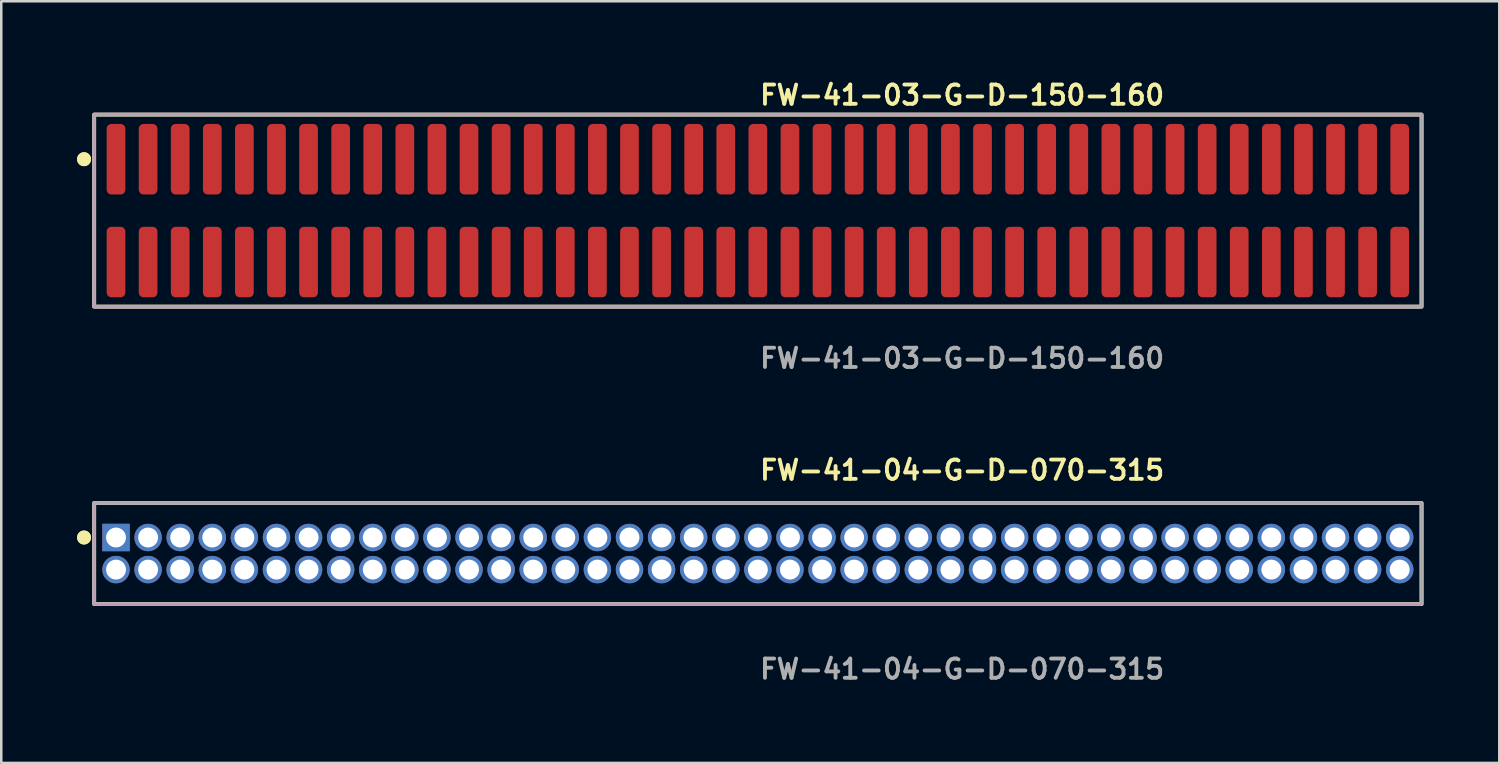
<source format=kicad_pcb>
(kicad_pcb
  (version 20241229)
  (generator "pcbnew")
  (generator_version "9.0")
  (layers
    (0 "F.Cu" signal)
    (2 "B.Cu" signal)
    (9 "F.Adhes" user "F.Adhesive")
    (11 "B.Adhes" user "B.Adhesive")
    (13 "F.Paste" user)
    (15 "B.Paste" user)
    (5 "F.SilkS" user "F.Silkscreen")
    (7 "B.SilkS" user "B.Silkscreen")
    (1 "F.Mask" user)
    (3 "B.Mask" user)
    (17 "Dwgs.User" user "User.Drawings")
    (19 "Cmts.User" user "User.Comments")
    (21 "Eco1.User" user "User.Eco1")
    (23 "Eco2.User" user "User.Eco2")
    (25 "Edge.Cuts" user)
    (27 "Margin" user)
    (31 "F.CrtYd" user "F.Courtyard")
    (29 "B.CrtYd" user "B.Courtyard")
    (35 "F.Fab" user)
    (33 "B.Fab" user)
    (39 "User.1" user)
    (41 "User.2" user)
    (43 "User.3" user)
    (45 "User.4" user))
  (footprint "FW-41-04-G-D-070-315"
    (layer "F.Cu")
    (at 26.941 18.856)
    (property "Reference" "FW-41-04-G-D-070-315" (at 0 -3.302 0) (unlocked yes) (layer "F.SilkS") (effects (font (size 0.762 0.762) (thickness 0.152)) (justify left)))
    (fp_rect (start -26.265 2) (end 26.265 -2) (stroke (width 0.152) (type solid)) (fill no) (layer "F.SilkS"))
    (fp_circle (center -26.665 -0.635) (end -26.865 -0.635) (stroke (width 0.152) (type solid)) (fill yes) (layer "F.SilkS"))
    (fp_circle (center -26.665 -0.635) (end -26.865 -0.635) (stroke (width 0.152) (type solid)) (fill yes) (layer "F.SilkS"))
    (fp_rect (start -26.265 2) (end 26.265 -2) (stroke (width 0.006) (type solid)) (fill no) (layer "F.CrtYd"))
    (fp_rect (start -26.265 2) (end 26.265 -2) (stroke (width 0.152) (type solid)) (fill no) (layer "F.Fab"))
    (fp_text user "${REFERENCE}" (at 0 4.572 0) (unlocked yes) (layer "F.Fab") (effects (font (size 0.762 0.762) (thickness 0.152)) (justify left)))
    (pad "1" thru_hole rect (at -25.4 -0.635) (size 1.087 1.087) (drill 0.787) (layers "*.Cu" "*.Mask"))
    (pad "2" thru_hole circle (at -25.4 0.635) (size 1.087 1.087) (drill 0.787) (layers "*.Cu" "*.Mask"))
    (pad "3" thru_hole circle (at -24.13 -0.635) (size 1.087 1.087) (drill 0.787) (layers "*.Cu" "*.Mask"))
    (pad "4" thru_hole circle (at -24.13 0.635) (size 1.087 1.087) (drill 0.787) (layers "*.Cu" "*.Mask"))
    (pad "5" thru_hole circle (at -22.86 -0.635) (size 1.087 1.087) (drill 0.787) (layers "*.Cu" "*.Mask"))
    (pad "6" thru_hole circle (at -22.86 0.635) (size 1.087 1.087) (drill 0.787) (layers "*.Cu" "*.Mask"))
    (pad "7" thru_hole circle (at -21.59 -0.635) (size 1.087 1.087) (drill 0.787) (layers "*.Cu" "*.Mask"))
    (pad "8" thru_hole circle (at -21.59 0.635) (size 1.087 1.087) (drill 0.787) (layers "*.Cu" "*.Mask"))
    (pad "9" thru_hole circle (at -20.32 -0.635) (size 1.087 1.087) (drill 0.787) (layers "*.Cu" "*.Mask"))
    (pad "10" thru_hole circle (at -20.32 0.635) (size 1.087 1.087) (drill 0.787) (layers "*.Cu" "*.Mask"))
    (pad "11" thru_hole circle (at -19.05 -0.635) (size 1.087 1.087) (drill 0.787) (layers "*.Cu" "*.Mask"))
    (pad "12" thru_hole circle (at -19.05 0.635) (size 1.087 1.087) (drill 0.787) (layers "*.Cu" "*.Mask"))
    (pad "13" thru_hole circle (at -17.78 -0.635) (size 1.087 1.087) (drill 0.787) (layers "*.Cu" "*.Mask"))
    (pad "14" thru_hole circle (at -17.78 0.635) (size 1.087 1.087) (drill 0.787) (layers "*.Cu" "*.Mask"))
    (pad "15" thru_hole circle (at -16.51 -0.635) (size 1.087 1.087) (drill 0.787) (layers "*.Cu" "*.Mask"))
    (pad "16" thru_hole circle (at -16.51 0.635) (size 1.087 1.087) (drill 0.787) (layers "*.Cu" "*.Mask"))
    (pad "17" thru_hole circle (at -15.24 -0.635) (size 1.087 1.087) (drill 0.787) (layers "*.Cu" "*.Mask"))
    (pad "18" thru_hole circle (at -15.24 0.635) (size 1.087 1.087) (drill 0.787) (layers "*.Cu" "*.Mask"))
    (pad "19" thru_hole circle (at -13.97 -0.635) (size 1.087 1.087) (drill 0.787) (layers "*.Cu" "*.Mask"))
    (pad "20" thru_hole circle (at -13.97 0.635) (size 1.087 1.087) (drill 0.787) (layers "*.Cu" "*.Mask"))
    (pad "21" thru_hole circle (at -12.7 -0.635) (size 1.087 1.087) (drill 0.787) (layers "*.Cu" "*.Mask"))
    (pad "22" thru_hole circle (at -12.7 0.635) (size 1.087 1.087) (drill 0.787) (layers "*.Cu" "*.Mask"))
    (pad "23" thru_hole circle (at -11.43 -0.635) (size 1.087 1.087) (drill 0.787) (layers "*.Cu" "*.Mask"))
    (pad "24" thru_hole circle (at -11.43 0.635) (size 1.087 1.087) (drill 0.787) (layers "*.Cu" "*.Mask"))
    (pad "25" thru_hole circle (at -10.16 -0.635) (size 1.087 1.087) (drill 0.787) (layers "*.Cu" "*.Mask"))
    (pad "26" thru_hole circle (at -10.16 0.635) (size 1.087 1.087) (drill 0.787) (layers "*.Cu" "*.Mask"))
    (pad "27" thru_hole circle (at -8.89 -0.635) (size 1.087 1.087) (drill 0.787) (layers "*.Cu" "*.Mask"))
    (pad "28" thru_hole circle (at -8.89 0.635) (size 1.087 1.087) (drill 0.787) (layers "*.Cu" "*.Mask"))
    (pad "29" thru_hole circle (at -7.62 -0.635) (size 1.087 1.087) (drill 0.787) (layers "*.Cu" "*.Mask"))
    (pad "30" thru_hole circle (at -7.62 0.635) (size 1.087 1.087) (drill 0.787) (layers "*.Cu" "*.Mask"))
    (pad "31" thru_hole circle (at -6.35 -0.635) (size 1.087 1.087) (drill 0.787) (layers "*.Cu" "*.Mask"))
    (pad "32" thru_hole circle (at -6.35 0.635) (size 1.087 1.087) (drill 0.787) (layers "*.Cu" "*.Mask"))
    (pad "33" thru_hole circle (at -5.08 -0.635) (size 1.087 1.087) (drill 0.787) (layers "*.Cu" "*.Mask"))
    (pad "34" thru_hole circle (at -5.08 0.635) (size 1.087 1.087) (drill 0.787) (layers "*.Cu" "*.Mask"))
    (pad "35" thru_hole circle (at -3.81 -0.635) (size 1.087 1.087) (drill 0.787) (layers "*.Cu" "*.Mask"))
    (pad "36" thru_hole circle (at -3.81 0.635) (size 1.087 1.087) (drill 0.787) (layers "*.Cu" "*.Mask"))
    (pad "37" thru_hole circle (at -2.54 -0.635) (size 1.087 1.087) (drill 0.787) (layers "*.Cu" "*.Mask"))
    (pad "38" thru_hole circle (at -2.54 0.635) (size 1.087 1.087) (drill 0.787) (layers "*.Cu" "*.Mask"))
    (pad "39" thru_hole circle (at -1.27 -0.635) (size 1.087 1.087) (drill 0.787) (layers "*.Cu" "*.Mask"))
    (pad "40" thru_hole circle (at -1.27 0.635) (size 1.087 1.087) (drill 0.787) (layers "*.Cu" "*.Mask"))
    (pad "41" thru_hole circle (at 0 -0.635) (size 1.087 1.087) (drill 0.787) (layers "*.Cu" "*.Mask"))
    (pad "42" thru_hole circle (at 0 0.635) (size 1.087 1.087) (drill 0.787) (layers "*.Cu" "*.Mask"))
    (pad "43" thru_hole circle (at 1.27 -0.635) (size 1.087 1.087) (drill 0.787) (layers "*.Cu" "*.Mask"))
    (pad "44" thru_hole circle (at 1.27 0.635) (size 1.087 1.087) (drill 0.787) (layers "*.Cu" "*.Mask"))
    (pad "45" thru_hole circle (at 2.54 -0.635) (size 1.087 1.087) (drill 0.787) (layers "*.Cu" "*.Mask"))
    (pad "46" thru_hole circle (at 2.54 0.635) (size 1.087 1.087) (drill 0.787) (layers "*.Cu" "*.Mask"))
    (pad "47" thru_hole circle (at 3.81 -0.635) (size 1.087 1.087) (drill 0.787) (layers "*.Cu" "*.Mask"))
    (pad "48" thru_hole circle (at 3.81 0.635) (size 1.087 1.087) (drill 0.787) (layers "*.Cu" "*.Mask"))
    (pad "49" thru_hole circle (at 5.08 -0.635) (size 1.087 1.087) (drill 0.787) (layers "*.Cu" "*.Mask"))
    (pad "50" thru_hole circle (at 5.08 0.635) (size 1.087 1.087) (drill 0.787) (layers "*.Cu" "*.Mask"))
    (pad "51" thru_hole circle (at 6.35 -0.635) (size 1.087 1.087) (drill 0.787) (layers "*.Cu" "*.Mask"))
    (pad "52" thru_hole circle (at 6.35 0.635) (size 1.087 1.087) (drill 0.787) (layers "*.Cu" "*.Mask"))
    (pad "53" thru_hole circle (at 7.62 -0.635) (size 1.087 1.087) (drill 0.787) (layers "*.Cu" "*.Mask"))
    (pad "54" thru_hole circle (at 7.62 0.635) (size 1.087 1.087) (drill 0.787) (layers "*.Cu" "*.Mask"))
    (pad "55" thru_hole circle (at 8.89 -0.635) (size 1.087 1.087) (drill 0.787) (layers "*.Cu" "*.Mask"))
    (pad "56" thru_hole circle (at 8.89 0.635) (size 1.087 1.087) (drill 0.787) (layers "*.Cu" "*.Mask"))
    (pad "57" thru_hole circle (at 10.16 -0.635) (size 1.087 1.087) (drill 0.787) (layers "*.Cu" "*.Mask"))
    (pad "58" thru_hole circle (at 10.16 0.635) (size 1.087 1.087) (drill 0.787) (layers "*.Cu" "*.Mask"))
    (pad "59" thru_hole circle (at 11.43 -0.635) (size 1.087 1.087) (drill 0.787) (layers "*.Cu" "*.Mask"))
    (pad "60" thru_hole circle (at 11.43 0.635) (size 1.087 1.087) (drill 0.787) (layers "*.Cu" "*.Mask"))
    (pad "61" thru_hole circle (at 12.7 -0.635) (size 1.087 1.087) (drill 0.787) (layers "*.Cu" "*.Mask"))
    (pad "62" thru_hole circle (at 12.7 0.635) (size 1.087 1.087) (drill 0.787) (layers "*.Cu" "*.Mask"))
    (pad "63" thru_hole circle (at 13.97 -0.635) (size 1.087 1.087) (drill 0.787) (layers "*.Cu" "*.Mask"))
    (pad "64" thru_hole circle (at 13.97 0.635) (size 1.087 1.087) (drill 0.787) (layers "*.Cu" "*.Mask"))
    (pad "65" thru_hole circle (at 15.24 -0.635) (size 1.087 1.087) (drill 0.787) (layers "*.Cu" "*.Mask"))
    (pad "66" thru_hole circle (at 15.24 0.635) (size 1.087 1.087) (drill 0.787) (layers "*.Cu" "*.Mask"))
    (pad "67" thru_hole circle (at 16.51 -0.635) (size 1.087 1.087) (drill 0.787) (layers "*.Cu" "*.Mask"))
    (pad "68" thru_hole circle (at 16.51 0.635) (size 1.087 1.087) (drill 0.787) (layers "*.Cu" "*.Mask"))
    (pad "69" thru_hole circle (at 17.78 -0.635) (size 1.087 1.087) (drill 0.787) (layers "*.Cu" "*.Mask"))
    (pad "70" thru_hole circle (at 17.78 0.635) (size 1.087 1.087) (drill 0.787) (layers "*.Cu" "*.Mask"))
    (pad "71" thru_hole circle (at 19.05 -0.635) (size 1.087 1.087) (drill 0.787) (layers "*.Cu" "*.Mask"))
    (pad "72" thru_hole circle (at 19.05 0.635) (size 1.087 1.087) (drill 0.787) (layers "*.Cu" "*.Mask"))
    (pad "73" thru_hole circle (at 20.32 -0.635) (size 1.087 1.087) (drill 0.787) (layers "*.Cu" "*.Mask"))
    (pad "74" thru_hole circle (at 20.32 0.635) (size 1.087 1.087) (drill 0.787) (layers "*.Cu" "*.Mask"))
    (pad "75" thru_hole circle (at 21.59 -0.635) (size 1.087 1.087) (drill 0.787) (layers "*.Cu" "*.Mask"))
    (pad "76" thru_hole circle (at 21.59 0.635) (size 1.087 1.087) (drill 0.787) (layers "*.Cu" "*.Mask"))
    (pad "77" thru_hole circle (at 22.86 -0.635) (size 1.087 1.087) (drill 0.787) (layers "*.Cu" "*.Mask"))
    (pad "78" thru_hole circle (at 22.86 0.635) (size 1.087 1.087) (drill 0.787) (layers "*.Cu" "*.Mask"))
    (pad "79" thru_hole circle (at 24.13 -0.635) (size 1.087 1.087) (drill 0.787) (layers "*.Cu" "*.Mask"))
    (pad "80" thru_hole circle (at 24.13 0.635) (size 1.087 1.087) (drill 0.787) (layers "*.Cu" "*.Mask"))
    (pad "81" thru_hole circle (at 25.4 -0.635) (size 1.087 1.087) (drill 0.787) (layers "*.Cu" "*.Mask"))
    (pad "82" thru_hole circle (at 25.4 0.635) (size 1.087 1.087) (drill 0.787) (layers "*.Cu" "*.Mask")))
  (footprint "FW-41-03-G-D-150-160"
    (layer "F.Cu")
    (at 26.941 5.285)
    (property "Reference" "FW-41-03-G-D-150-160" (at 0 -4.572 0) (unlocked yes) (layer "F.SilkS") (effects (font (size 0.762 0.762) (thickness 0.152)) (justify left)))
    (fp_rect (start -26.265 3.8) (end 26.265 -3.8) (stroke (width 0.152) (type solid)) (fill no) (layer "F.SilkS"))
    (fp_circle (center -26.665 -2.035) (end -26.865 -2.035) (stroke (width 0.152) (type solid)) (fill yes) (layer "F.SilkS"))
    (fp_circle (center -26.665 -2.035) (end -26.865 -2.035) (stroke (width 0.152) (type solid)) (fill yes) (layer "F.SilkS"))
    (fp_rect (start -26.265 3.8) (end 26.265 -3.8) (stroke (width 0.006) (type solid)) (fill no) (layer "F.CrtYd"))
    (fp_rect (start -26.265 3.8) (end 26.265 -3.8) (stroke (width 0.152) (type solid)) (fill no) (layer "F.Fab"))
    (fp_text user "${REFERENCE}" (at 0 5.842 0) (unlocked yes) (layer "F.Fab") (effects (font (size 0.762 0.762) (thickness 0.152)) (justify left)))
    (pad "1" smd roundrect (at -25.4 -2.035) (size 0.74 2.79) (layers "F.Cu" "F.Paste") (roundrect_rratio 0.25))
    (pad "2" smd roundrect (at -25.4 2.035) (size 0.74 2.79) (layers "F.Cu" "F.Paste") (roundrect_rratio 0.25))
    (pad "3" smd roundrect (at -24.13 -2.035) (size 0.74 2.79) (layers "F.Cu" "F.Paste") (roundrect_rratio 0.25))
    (pad "4" smd roundrect (at -24.13 2.035) (size 0.74 2.79) (layers "F.Cu" "F.Paste") (roundrect_rratio 0.25))
    (pad "5" smd roundrect (at -22.86 -2.035) (size 0.74 2.79) (layers "F.Cu" "F.Paste") (roundrect_rratio 0.25))
    (pad "6" smd roundrect (at -22.86 2.035) (size 0.74 2.79) (layers "F.Cu" "F.Paste") (roundrect_rratio 0.25))
    (pad "7" smd roundrect (at -21.59 -2.035) (size 0.74 2.79) (layers "F.Cu" "F.Paste") (roundrect_rratio 0.25))
    (pad "8" smd roundrect (at -21.59 2.035) (size 0.74 2.79) (layers "F.Cu" "F.Paste") (roundrect_rratio 0.25))
    (pad "9" smd roundrect (at -20.32 -2.035) (size 0.74 2.79) (layers "F.Cu" "F.Paste") (roundrect_rratio 0.25))
    (pad "10" smd roundrect (at -20.32 2.035) (size 0.74 2.79) (layers "F.Cu" "F.Paste") (roundrect_rratio 0.25))
    (pad "11" smd roundrect (at -19.05 -2.035) (size 0.74 2.79) (layers "F.Cu" "F.Paste") (roundrect_rratio 0.25))
    (pad "12" smd roundrect (at -19.05 2.035) (size 0.74 2.79) (layers "F.Cu" "F.Paste") (roundrect_rratio 0.25))
    (pad "13" smd roundrect (at -17.78 -2.035) (size 0.74 2.79) (layers "F.Cu" "F.Paste") (roundrect_rratio 0.25))
    (pad "14" smd roundrect (at -17.78 2.035) (size 0.74 2.79) (layers "F.Cu" "F.Paste") (roundrect_rratio 0.25))
    (pad "15" smd roundrect (at -16.51 -2.035) (size 0.74 2.79) (layers "F.Cu" "F.Paste") (roundrect_rratio 0.25))
    (pad "16" smd roundrect (at -16.51 2.035) (size 0.74 2.79) (layers "F.Cu" "F.Paste") (roundrect_rratio 0.25))
    (pad "17" smd roundrect (at -15.24 -2.035) (size 0.74 2.79) (layers "F.Cu" "F.Paste") (roundrect_rratio 0.25))
    (pad "18" smd roundrect (at -15.24 2.035) (size 0.74 2.79) (layers "F.Cu" "F.Paste") (roundrect_rratio 0.25))
    (pad "19" smd roundrect (at -13.97 -2.035) (size 0.74 2.79) (layers "F.Cu" "F.Paste") (roundrect_rratio 0.25))
    (pad "20" smd roundrect (at -13.97 2.035) (size 0.74 2.79) (layers "F.Cu" "F.Paste") (roundrect_rratio 0.25))
    (pad "21" smd roundrect (at -12.7 -2.035) (size 0.74 2.79) (layers "F.Cu" "F.Paste") (roundrect_rratio 0.25))
    (pad "22" smd roundrect (at -12.7 2.035) (size 0.74 2.79) (layers "F.Cu" "F.Paste") (roundrect_rratio 0.25))
    (pad "23" smd roundrect (at -11.43 -2.035) (size 0.74 2.79) (layers "F.Cu" "F.Paste") (roundrect_rratio 0.25))
    (pad "24" smd roundrect (at -11.43 2.035) (size 0.74 2.79) (layers "F.Cu" "F.Paste") (roundrect_rratio 0.25))
    (pad "25" smd roundrect (at -10.16 -2.035) (size 0.74 2.79) (layers "F.Cu" "F.Paste") (roundrect_rratio 0.25))
    (pad "26" smd roundrect (at -10.16 2.035) (size 0.74 2.79) (layers "F.Cu" "F.Paste") (roundrect_rratio 0.25))
    (pad "27" smd roundrect (at -8.89 -2.035) (size 0.74 2.79) (layers "F.Cu" "F.Paste") (roundrect_rratio 0.25))
    (pad "28" smd roundrect (at -8.89 2.035) (size 0.74 2.79) (layers "F.Cu" "F.Paste") (roundrect_rratio 0.25))
    (pad "29" smd roundrect (at -7.62 -2.035) (size 0.74 2.79) (layers "F.Cu" "F.Paste") (roundrect_rratio 0.25))
    (pad "30" smd roundrect (at -7.62 2.035) (size 0.74 2.79) (layers "F.Cu" "F.Paste") (roundrect_rratio 0.25))
    (pad "31" smd roundrect (at -6.35 -2.035) (size 0.74 2.79) (layers "F.Cu" "F.Paste") (roundrect_rratio 0.25))
    (pad "32" smd roundrect (at -6.35 2.035) (size 0.74 2.79) (layers "F.Cu" "F.Paste") (roundrect_rratio 0.25))
    (pad "33" smd roundrect (at -5.08 -2.035) (size 0.74 2.79) (layers "F.Cu" "F.Paste") (roundrect_rratio 0.25))
    (pad "34" smd roundrect (at -5.08 2.035) (size 0.74 2.79) (layers "F.Cu" "F.Paste") (roundrect_rratio 0.25))
    (pad "35" smd roundrect (at -3.81 -2.035) (size 0.74 2.79) (layers "F.Cu" "F.Paste") (roundrect_rratio 0.25))
    (pad "36" smd roundrect (at -3.81 2.035) (size 0.74 2.79) (layers "F.Cu" "F.Paste") (roundrect_rratio 0.25))
    (pad "37" smd roundrect (at -2.54 -2.035) (size 0.74 2.79) (layers "F.Cu" "F.Paste") (roundrect_rratio 0.25))
    (pad "38" smd roundrect (at -2.54 2.035) (size 0.74 2.79) (layers "F.Cu" "F.Paste") (roundrect_rratio 0.25))
    (pad "39" smd roundrect (at -1.27 -2.035) (size 0.74 2.79) (layers "F.Cu" "F.Paste") (roundrect_rratio 0.25))
    (pad "40" smd roundrect (at -1.27 2.035) (size 0.74 2.79) (layers "F.Cu" "F.Paste") (roundrect_rratio 0.25))
    (pad "41" smd roundrect (at 0 -2.035) (size 0.74 2.79) (layers "F.Cu" "F.Paste") (roundrect_rratio 0.25))
    (pad "42" smd roundrect (at 0 2.035) (size 0.74 2.79) (layers "F.Cu" "F.Paste") (roundrect_rratio 0.25))
    (pad "43" smd roundrect (at 1.27 -2.035) (size 0.74 2.79) (layers "F.Cu" "F.Paste") (roundrect_rratio 0.25))
    (pad "44" smd roundrect (at 1.27 2.035) (size 0.74 2.79) (layers "F.Cu" "F.Paste") (roundrect_rratio 0.25))
    (pad "45" smd roundrect (at 2.54 -2.035) (size 0.74 2.79) (layers "F.Cu" "F.Paste") (roundrect_rratio 0.25))
    (pad "46" smd roundrect (at 2.54 2.035) (size 0.74 2.79) (layers "F.Cu" "F.Paste") (roundrect_rratio 0.25))
    (pad "47" smd roundrect (at 3.81 -2.035) (size 0.74 2.79) (layers "F.Cu" "F.Paste") (roundrect_rratio 0.25))
    (pad "48" smd roundrect (at 3.81 2.035) (size 0.74 2.79) (layers "F.Cu" "F.Paste") (roundrect_rratio 0.25))
    (pad "49" smd roundrect (at 5.08 -2.035) (size 0.74 2.79) (layers "F.Cu" "F.Paste") (roundrect_rratio 0.25))
    (pad "50" smd roundrect (at 5.08 2.035) (size 0.74 2.79) (layers "F.Cu" "F.Paste") (roundrect_rratio 0.25))
    (pad "51" smd roundrect (at 6.35 -2.035) (size 0.74 2.79) (layers "F.Cu" "F.Paste") (roundrect_rratio 0.25))
    (pad "52" smd roundrect (at 6.35 2.035) (size 0.74 2.79) (layers "F.Cu" "F.Paste") (roundrect_rratio 0.25))
    (pad "53" smd roundrect (at 7.62 -2.035) (size 0.74 2.79) (layers "F.Cu" "F.Paste") (roundrect_rratio 0.25))
    (pad "54" smd roundrect (at 7.62 2.035) (size 0.74 2.79) (layers "F.Cu" "F.Paste") (roundrect_rratio 0.25))
    (pad "55" smd roundrect (at 8.89 -2.035) (size 0.74 2.79) (layers "F.Cu" "F.Paste") (roundrect_rratio 0.25))
    (pad "56" smd roundrect (at 8.89 2.035) (size 0.74 2.79) (layers "F.Cu" "F.Paste") (roundrect_rratio 0.25))
    (pad "57" smd roundrect (at 10.16 -2.035) (size 0.74 2.79) (layers "F.Cu" "F.Paste") (roundrect_rratio 0.25))
    (pad "58" smd roundrect (at 10.16 2.035) (size 0.74 2.79) (layers "F.Cu" "F.Paste") (roundrect_rratio 0.25))
    (pad "59" smd roundrect (at 11.43 -2.035) (size 0.74 2.79) (layers "F.Cu" "F.Paste") (roundrect_rratio 0.25))
    (pad "60" smd roundrect (at 11.43 2.035) (size 0.74 2.79) (layers "F.Cu" "F.Paste") (roundrect_rratio 0.25))
    (pad "61" smd roundrect (at 12.7 -2.035) (size 0.74 2.79) (layers "F.Cu" "F.Paste") (roundrect_rratio 0.25))
    (pad "62" smd roundrect (at 12.7 2.035) (size 0.74 2.79) (layers "F.Cu" "F.Paste") (roundrect_rratio 0.25))
    (pad "63" smd roundrect (at 13.97 -2.035) (size 0.74 2.79) (layers "F.Cu" "F.Paste") (roundrect_rratio 0.25))
    (pad "64" smd roundrect (at 13.97 2.035) (size 0.74 2.79) (layers "F.Cu" "F.Paste") (roundrect_rratio 0.25))
    (pad "65" smd roundrect (at 15.24 -2.035) (size 0.74 2.79) (layers "F.Cu" "F.Paste") (roundrect_rratio 0.25))
    (pad "66" smd roundrect (at 15.24 2.035) (size 0.74 2.79) (layers "F.Cu" "F.Paste") (roundrect_rratio 0.25))
    (pad "67" smd roundrect (at 16.51 -2.035) (size 0.74 2.79) (layers "F.Cu" "F.Paste") (roundrect_rratio 0.25))
    (pad "68" smd roundrect (at 16.51 2.035) (size 0.74 2.79) (layers "F.Cu" "F.Paste") (roundrect_rratio 0.25))
    (pad "69" smd roundrect (at 17.78 -2.035) (size 0.74 2.79) (layers "F.Cu" "F.Paste") (roundrect_rratio 0.25))
    (pad "70" smd roundrect (at 17.78 2.035) (size 0.74 2.79) (layers "F.Cu" "F.Paste") (roundrect_rratio 0.25))
    (pad "71" smd roundrect (at 19.05 -2.035) (size 0.74 2.79) (layers "F.Cu" "F.Paste") (roundrect_rratio 0.25))
    (pad "72" smd roundrect (at 19.05 2.035) (size 0.74 2.79) (layers "F.Cu" "F.Paste") (roundrect_rratio 0.25))
    (pad "73" smd roundrect (at 20.32 -2.035) (size 0.74 2.79) (layers "F.Cu" "F.Paste") (roundrect_rratio 0.25))
    (pad "74" smd roundrect (at 20.32 2.035) (size 0.74 2.79) (layers "F.Cu" "F.Paste") (roundrect_rratio 0.25))
    (pad "75" smd roundrect (at 21.59 -2.035) (size 0.74 2.79) (layers "F.Cu" "F.Paste") (roundrect_rratio 0.25))
    (pad "76" smd roundrect (at 21.59 2.035) (size 0.74 2.79) (layers "F.Cu" "F.Paste") (roundrect_rratio 0.25))
    (pad "77" smd roundrect (at 22.86 -2.035) (size 0.74 2.79) (layers "F.Cu" "F.Paste") (roundrect_rratio 0.25))
    (pad "78" smd roundrect (at 22.86 2.035) (size 0.74 2.79) (layers "F.Cu" "F.Paste") (roundrect_rratio 0.25))
    (pad "79" smd roundrect (at 24.13 -2.035) (size 0.74 2.79) (layers "F.Cu" "F.Paste") (roundrect_rratio 0.25))
    (pad "80" smd roundrect (at 24.13 2.035) (size 0.74 2.79) (layers "F.Cu" "F.Paste") (roundrect_rratio 0.25))
    (pad "81" smd roundrect (at 25.4 -2.035) (size 0.74 2.79) (layers "F.Cu" "F.Paste") (roundrect_rratio 0.25))
    (pad "82" smd roundrect (at 25.4 2.035) (size 0.74 2.79) (layers "F.Cu" "F.Paste") (roundrect_rratio 0.25)))
  (gr_rect
    (start -3 -3)
    (end 56.282 27.141)
    (stroke (width 0.1) (type default))
    (fill no)
    (layer "Edge.Cuts")))
</source>
